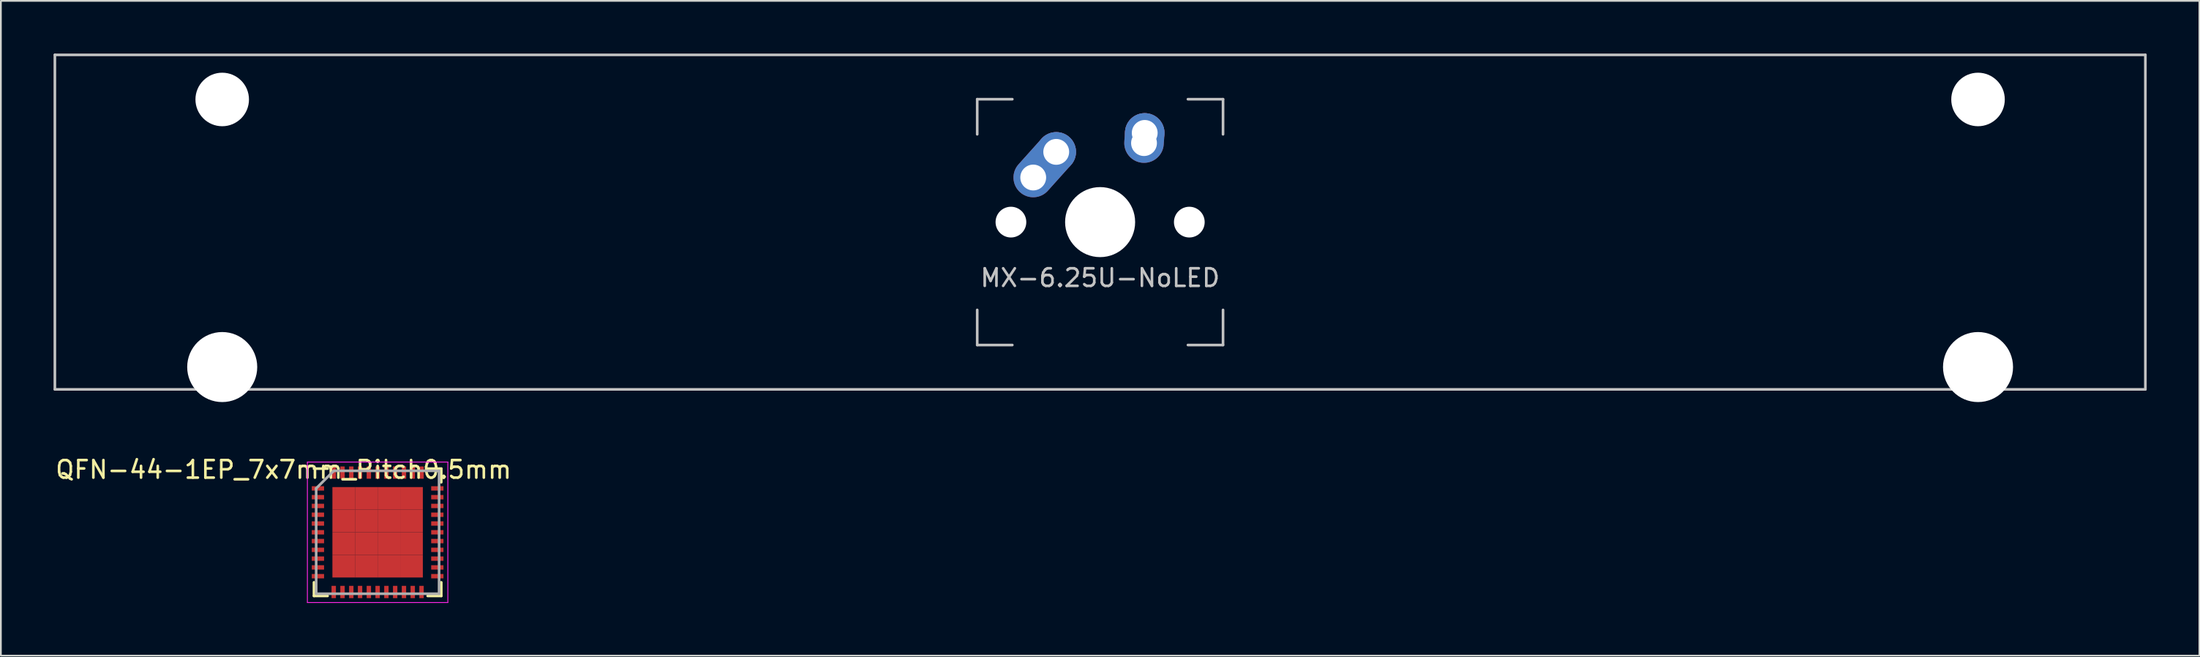
<source format=kicad_pcb>
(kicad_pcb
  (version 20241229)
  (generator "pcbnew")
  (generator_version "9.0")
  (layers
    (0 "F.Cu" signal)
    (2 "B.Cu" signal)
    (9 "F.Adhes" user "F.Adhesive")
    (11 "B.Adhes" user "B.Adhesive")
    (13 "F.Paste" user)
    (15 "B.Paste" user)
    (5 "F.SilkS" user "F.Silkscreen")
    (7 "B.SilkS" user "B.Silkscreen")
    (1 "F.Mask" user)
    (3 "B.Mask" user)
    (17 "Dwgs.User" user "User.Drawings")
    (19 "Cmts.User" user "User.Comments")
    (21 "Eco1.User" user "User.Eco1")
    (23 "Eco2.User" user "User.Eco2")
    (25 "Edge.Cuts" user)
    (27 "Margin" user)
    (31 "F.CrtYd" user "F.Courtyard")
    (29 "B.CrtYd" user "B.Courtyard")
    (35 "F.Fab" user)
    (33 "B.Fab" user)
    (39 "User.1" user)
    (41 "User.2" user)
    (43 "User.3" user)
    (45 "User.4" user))
  (footprint "QFN-44-1EP_7x7mm_Pitch0.5mm"
    (layer "F.Cu")
    (at 18.457 27.266)
    (property "Reference" "QFN-44-1EP_7x7mm_Pitch0.5mm" (at -5.356 -3.569 0) (layer "F.SilkS") (effects (font (size 1 1) (thickness 0.15))))
    (attr smd)
    (fp_line (start -3.625 -3.625) (end -2.85 -3.625) (stroke (width 0.15) (type solid)) (layer "F.SilkS"))
    (fp_line (start -3.625 3.625) (end -3.625 2.85) (stroke (width 0.15) (type solid)) (layer "F.SilkS"))
    (fp_line (start -3.625 3.625) (end -2.85 3.625) (stroke (width 0.15) (type solid)) (layer "F.SilkS"))
    (fp_line (start 3.625 -3.625) (end 2.85 -3.625) (stroke (width 0.15) (type solid)) (layer "F.SilkS"))
    (fp_line (start 3.625 -3.625) (end 3.625 -2.85) (stroke (width 0.15) (type solid)) (layer "F.SilkS"))
    (fp_line (start 3.625 3.625) (end 2.85 3.625) (stroke (width 0.15) (type solid)) (layer "F.SilkS"))
    (fp_line (start 3.625 3.625) (end 3.625 2.85) (stroke (width 0.15) (type solid)) (layer "F.SilkS"))
    (fp_line (start -4 -4) (end -4 4) (stroke (width 0.05) (type solid)) (layer "F.CrtYd"))
    (fp_line (start -4 -4) (end 4 -4) (stroke (width 0.05) (type solid)) (layer "F.CrtYd"))
    (fp_line (start -4 4) (end 4 4) (stroke (width 0.05) (type solid)) (layer "F.CrtYd"))
    (fp_line (start 4 -4) (end 4 4) (stroke (width 0.05) (type solid)) (layer "F.CrtYd"))
    (fp_line (start -3.5 -2.5) (end -2.5 -3.5) (stroke (width 0.15) (type solid)) (layer "F.Fab"))
    (fp_line (start -3.5 3.5) (end -3.5 -2.5) (stroke (width 0.15) (type solid)) (layer "F.Fab"))
    (fp_line (start -2.5 -3.5) (end 3.5 -3.5) (stroke (width 0.15) (type solid)) (layer "F.Fab"))
    (fp_line (start 3.5 -3.5) (end 3.5 3.5) (stroke (width 0.15) (type solid)) (layer "F.Fab"))
    (fp_line (start 3.5 3.5) (end -3.5 3.5) (stroke (width 0.15) (type solid)) (layer "F.Fab"))
    (pad "1" smd rect (at -3.4 -2.5) (size 0.7 0.25) (layers "F.Cu" "F.Mask" "F.Paste"))
    (pad "2" smd rect (at -3.4 -2) (size 0.7 0.25) (layers "F.Cu" "F.Mask" "F.Paste"))
    (pad "3" smd rect (at -3.4 -1.5) (size 0.7 0.25) (layers "F.Cu" "F.Mask" "F.Paste"))
    (pad "4" smd rect (at -3.4 -1) (size 0.7 0.25) (layers "F.Cu" "F.Mask" "F.Paste"))
    (pad "5" smd rect (at -3.4 -0.5) (size 0.7 0.25) (layers "F.Cu" "F.Mask" "F.Paste"))
    (pad "6" smd rect (at -3.4 0) (size 0.7 0.25) (layers "F.Cu" "F.Mask" "F.Paste"))
    (pad "7" smd rect (at -3.4 0.5) (size 0.7 0.25) (layers "F.Cu" "F.Mask" "F.Paste"))
    (pad "8" smd rect (at -3.4 1) (size 0.7 0.25) (layers "F.Cu" "F.Mask" "F.Paste"))
    (pad "9" smd rect (at -3.4 1.5) (size 0.7 0.25) (layers "F.Cu" "F.Mask" "F.Paste"))
    (pad "10" smd rect (at -3.4 2) (size 0.7 0.25) (layers "F.Cu" "F.Mask" "F.Paste"))
    (pad "11" smd rect (at -3.4 2.5) (size 0.7 0.25) (layers "F.Cu" "F.Mask" "F.Paste"))
    (pad "12" smd rect (at -2.5 3.4 90) (size 0.7 0.25) (layers "F.Cu" "F.Mask" "F.Paste"))
    (pad "13" smd rect (at -2 3.4 90) (size 0.7 0.25) (layers "F.Cu" "F.Mask" "F.Paste"))
    (pad "14" smd rect (at -1.5 3.4 90) (size 0.7 0.25) (layers "F.Cu" "F.Mask" "F.Paste"))
    (pad "15" smd rect (at -1 3.4 90) (size 0.7 0.25) (layers "F.Cu" "F.Mask" "F.Paste"))
    (pad "16" smd rect (at -0.5 3.4 90) (size 0.7 0.25) (layers "F.Cu" "F.Mask" "F.Paste"))
    (pad "17" smd rect (at 0 3.4 90) (size 0.7 0.25) (layers "F.Cu" "F.Mask" "F.Paste"))
    (pad "18" smd rect (at 0.5 3.4 90) (size 0.7 0.25) (layers "F.Cu" "F.Mask" "F.Paste"))
    (pad "19" smd rect (at 1 3.4 90) (size 0.7 0.25) (layers "F.Cu" "F.Mask" "F.Paste"))
    (pad "20" smd rect (at 1.5 3.4 90) (size 0.7 0.25) (layers "F.Cu" "F.Mask" "F.Paste"))
    (pad "21" smd rect (at 2 3.4 90) (size 0.7 0.25) (layers "F.Cu" "F.Mask" "F.Paste"))
    (pad "22" smd rect (at 2.5 3.4 90) (size 0.7 0.25) (layers "F.Cu" "F.Mask" "F.Paste"))
    (pad "23" smd rect (at 3.4 2.5) (size 0.7 0.25) (layers "F.Cu" "F.Mask" "F.Paste"))
    (pad "24" smd rect (at 3.4 2) (size 0.7 0.25) (layers "F.Cu" "F.Mask" "F.Paste"))
    (pad "25" smd rect (at 3.4 1.5) (size 0.7 0.25) (layers "F.Cu" "F.Mask" "F.Paste"))
    (pad "26" smd rect (at 3.4 1) (size 0.7 0.25) (layers "F.Cu" "F.Mask" "F.Paste"))
    (pad "27" smd rect (at 3.4 0.5) (size 0.7 0.25) (layers "F.Cu" "F.Mask" "F.Paste"))
    (pad "28" smd rect (at 3.4 0) (size 0.7 0.25) (layers "F.Cu" "F.Mask" "F.Paste"))
    (pad "29" smd rect (at 3.4 -0.5) (size 0.7 0.25) (layers "F.Cu" "F.Mask" "F.Paste"))
    (pad "30" smd rect (at 3.4 -1) (size 0.7 0.25) (layers "F.Cu" "F.Mask" "F.Paste"))
    (pad "31" smd rect (at 3.4 -1.5) (size 0.7 0.25) (layers "F.Cu" "F.Mask" "F.Paste"))
    (pad "32" smd rect (at 3.4 -2) (size 0.7 0.25) (layers "F.Cu" "F.Mask" "F.Paste"))
    (pad "33" smd rect (at 3.4 -2.5) (size 0.7 0.25) (layers "F.Cu" "F.Mask" "F.Paste"))
    (pad "34" smd rect (at 2.5 -3.4 90) (size 0.7 0.25) (layers "F.Cu" "F.Mask" "F.Paste"))
    (pad "35" smd rect (at -1.931 -1.931) (size 1.288 1.288) (layers "F.Cu" "F.Mask" "F.Paste"))
    (pad "35" smd rect (at -1.931 -0.644) (size 1.288 1.288) (layers "F.Cu" "F.Mask" "F.Paste"))
    (pad "35" smd rect (at -1.931 0.644) (size 1.288 1.288) (layers "F.Cu" "F.Mask" "F.Paste"))
    (pad "35" smd rect (at -1.931 1.931) (size 1.288 1.288) (layers "F.Cu" "F.Mask" "F.Paste"))
    (pad "35" smd rect (at -0.644 -1.931) (size 1.288 1.288) (layers "F.Cu" "F.Mask" "F.Paste"))
    (pad "35" smd rect (at -0.644 -0.644) (size 1.288 1.288) (layers "F.Cu" "F.Mask" "F.Paste"))
    (pad "35" smd rect (at -0.644 0.644) (size 1.288 1.288) (layers "F.Cu" "F.Mask" "F.Paste"))
    (pad "35" smd rect (at -0.644 1.931) (size 1.288 1.288) (layers "F.Cu" "F.Mask" "F.Paste"))
    (pad "35" smd rect (at 0.644 -1.931) (size 1.288 1.288) (layers "F.Cu" "F.Mask" "F.Paste"))
    (pad "35" smd rect (at 0.644 -0.644) (size 1.288 1.288) (layers "F.Cu" "F.Mask" "F.Paste"))
    (pad "35" smd rect (at 0.644 0.644) (size 1.288 1.288) (layers "F.Cu" "F.Mask" "F.Paste"))
    (pad "35" smd rect (at 0.644 1.931) (size 1.288 1.288) (layers "F.Cu" "F.Mask" "F.Paste"))
    (pad "35" smd rect (at 1.931 -1.931) (size 1.288 1.288) (layers "F.Cu" "F.Mask" "F.Paste"))
    (pad "35" smd rect (at 1.931 -0.644) (size 1.288 1.288) (layers "F.Cu" "F.Mask" "F.Paste"))
    (pad "35" smd rect (at 1.931 0.644) (size 1.288 1.288) (layers "F.Cu" "F.Mask" "F.Paste"))
    (pad "35" smd rect (at 1.931 1.931) (size 1.288 1.288) (layers "F.Cu" "F.Mask" "F.Paste"))
    (pad "35" smd rect (at 2 -3.4 90) (size 0.7 0.25) (layers "F.Cu" "F.Mask" "F.Paste"))
    (pad "36" smd rect (at 1.5 -3.4 90) (size 0.7 0.25) (layers "F.Cu" "F.Mask" "F.Paste"))
    (pad "37" smd rect (at 1 -3.4 90) (size 0.7 0.25) (layers "F.Cu" "F.Mask" "F.Paste"))
    (pad "38" smd rect (at 0.5 -3.4 90) (size 0.7 0.25) (layers "F.Cu" "F.Mask" "F.Paste"))
    (pad "39" smd rect (at 0 -3.4 90) (size 0.7 0.25) (layers "F.Cu" "F.Mask" "F.Paste"))
    (pad "40" smd rect (at -0.5 -3.4 90) (size 0.7 0.25) (layers "F.Cu" "F.Mask" "F.Paste"))
    (pad "41" smd rect (at -1 -3.4 90) (size 0.7 0.25) (layers "F.Cu" "F.Mask" "F.Paste"))
    (pad "42" smd rect (at -1.5 -3.4 90) (size 0.7 0.25) (layers "F.Cu" "F.Mask" "F.Paste"))
    (pad "43" smd rect (at -2 -3.4 90) (size 0.7 0.25) (layers "F.Cu" "F.Mask" "F.Paste"))
    (pad "44" smd rect (at -2.5 -3.4 90) (size 0.7 0.25) (layers "F.Cu" "F.Mask" "F.Paste")))
  (footprint "MX-6.25U-NoLED"
    (layer "F.Cu")
    (at 59.606 9.6)
    (property "Reference" "MX-6.25U-NoLED" (at 0 3.175 0) (layer "Dwgs.User") (effects (font (size 1 1) (thickness 0.15))))
    (attr through_hole)
    (fp_line (start -59.531 -9.525) (end 59.531 -9.525) (stroke (width 0.15) (type solid)) (layer "Dwgs.User"))
    (fp_line (start -59.531 9.525) (end -59.531 -9.525) (stroke (width 0.15) (type solid)) (layer "Dwgs.User"))
    (fp_line (start -59.531 9.525) (end 59.531 9.525) (stroke (width 0.15) (type solid)) (layer "Dwgs.User"))
    (fp_line (start -7 -7) (end -7 -5) (stroke (width 0.15) (type solid)) (layer "Dwgs.User"))
    (fp_line (start -7 5) (end -7 7) (stroke (width 0.15) (type solid)) (layer "Dwgs.User"))
    (fp_line (start -7 7) (end -5 7) (stroke (width 0.15) (type solid)) (layer "Dwgs.User"))
    (fp_line (start -5 -7) (end -7 -7) (stroke (width 0.15) (type solid)) (layer "Dwgs.User"))
    (fp_line (start 5 -7) (end 7 -7) (stroke (width 0.15) (type solid)) (layer "Dwgs.User"))
    (fp_line (start 5 7) (end 7 7) (stroke (width 0.15) (type solid)) (layer "Dwgs.User"))
    (fp_line (start 7 -7) (end 7 -5) (stroke (width 0.15) (type solid)) (layer "Dwgs.User"))
    (fp_line (start 7 7) (end 7 5) (stroke (width 0.15) (type solid)) (layer "Dwgs.User"))
    (fp_line (start 59.531 -9.525) (end 59.531 9.525) (stroke (width 0.15) (type solid)) (layer "Dwgs.User"))
    (pad "" np_thru_hole circle (at -50 -6.985) (size 3.048 3.048) (drill 3.048) (layers "*.Cu" "*.Mask"))
    (pad "" np_thru_hole circle (at -50 8.255) (size 3.988 3.988) (drill 3.988) (layers "*.Cu" "*.Mask"))
    (pad "" np_thru_hole circle (at -5.08 0 48.1) (size 1.75 1.75) (drill 1.75) (layers "*.Cu" "*.Mask"))
    (pad "" np_thru_hole circle (at 0 0) (size 3.988 3.988) (drill 3.988) (layers "*.Cu" "*.Mask"))
    (pad "" np_thru_hole circle (at 5.08 0 48.1) (size 1.75 1.75) (drill 1.75) (layers "*.Cu" "*.Mask"))
    (pad "" np_thru_hole circle (at 50 -6.985) (size 3.048 3.048) (drill 3.048) (layers "*.Cu" "*.Mask"))
    (pad "" np_thru_hole circle (at 50 8.255) (size 3.988 3.988) (drill 3.988) (layers "*.Cu" "*.Mask"))
    (pad "1" thru_hole oval (at -3.81 -2.54 48.1) (size 4.212 2.25) (drill 1.47 (offset 0.981 0)) (layers "*.Cu" "B.Mask"))
    (pad "1" thru_hole circle (at -2.5 -4) (size 2.25 2.25) (drill 1.47) (layers "*.Cu" "B.Mask"))
    (pad "2" thru_hole oval (at 2.5 -4.5 86.055) (size 2.831 2.25) (drill 1.47 (offset 0.291 0)) (layers "*.Cu" "B.Mask"))
    (pad "2" thru_hole circle (at 2.54 -5.08) (size 2.25 2.25) (drill 1.47) (layers "*.Cu" "B.Mask")))
  (gr_rect
    (start -3 -3)
    (end 122.213 34.291)
    (stroke (width 0.1) (type default))
    (fill no)
    (layer "Edge.Cuts")))
</source>
